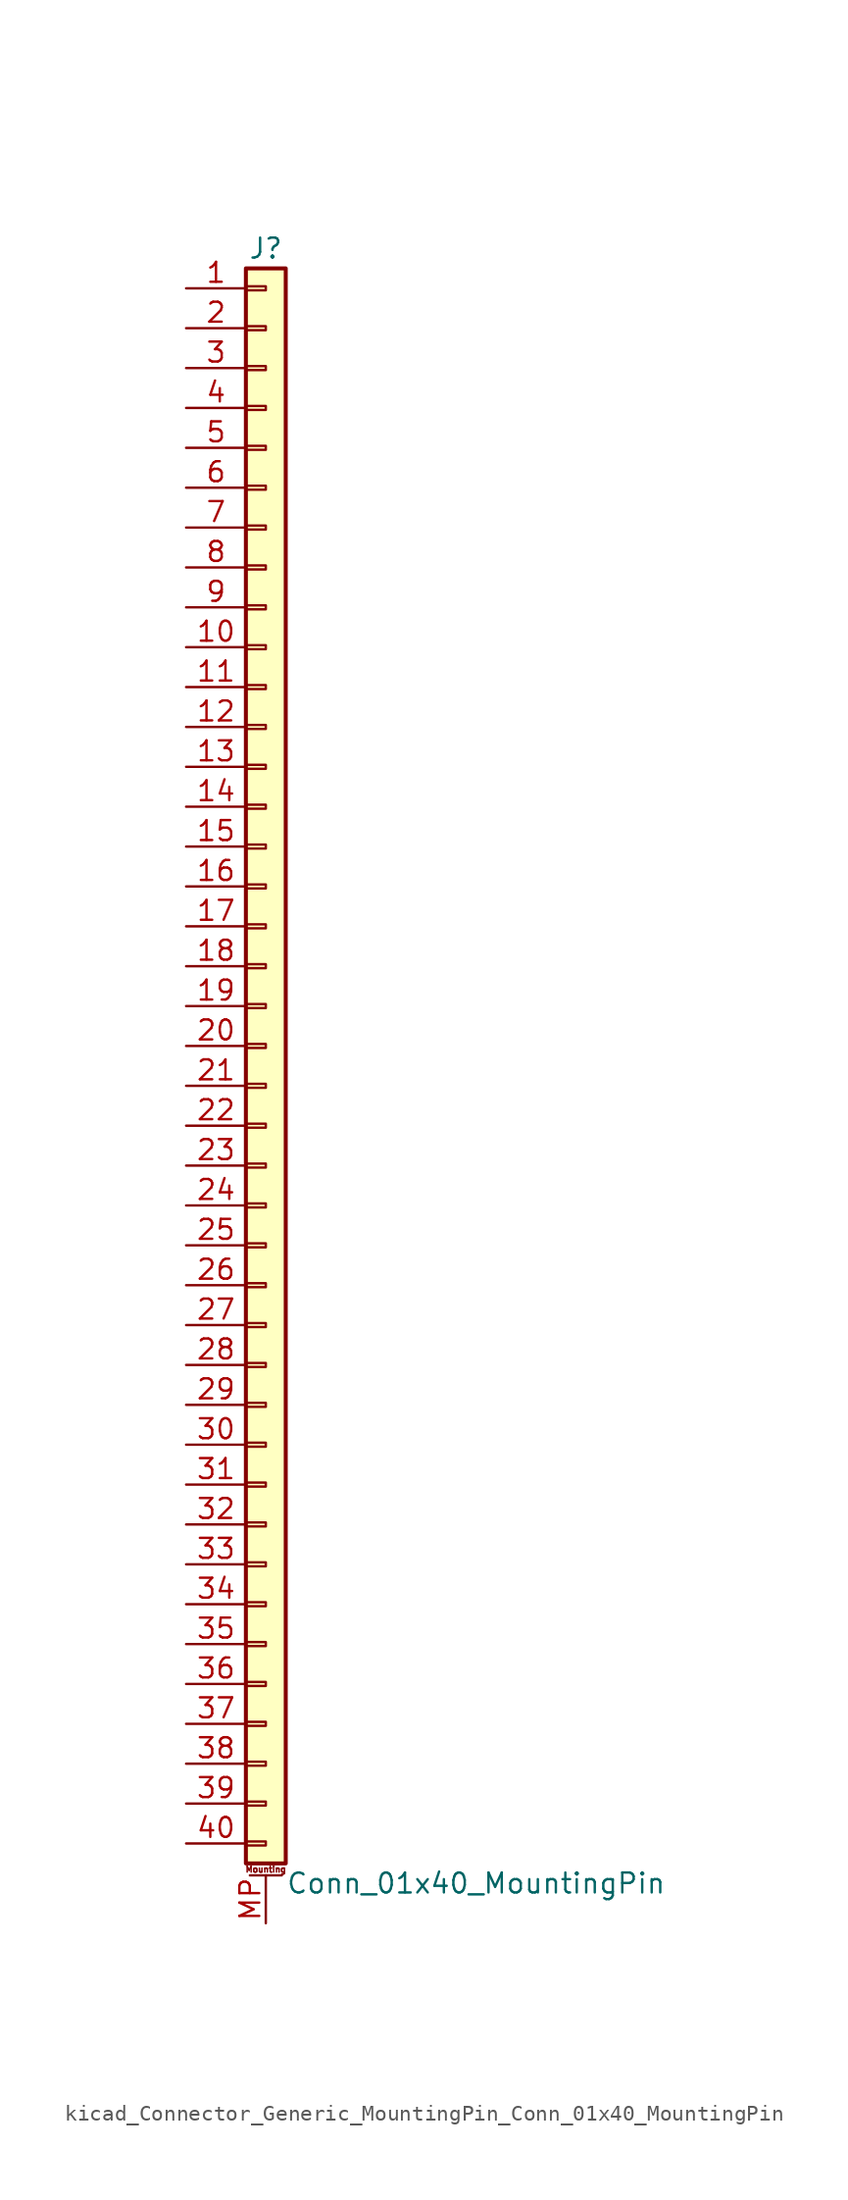
<source format=kicad_sym>
(kicad_symbol_lib
  (version 20220914)
  (generator kicad_symbol_editor)
  (symbol "kicad_Connector_Generic_MountingPin_Conn_01x40_MountingPin"
    (pin_names
      (offset 1.016) hide)
    (property "Reference" "J"
      (at 0 50.8 0)
      (effects (font (size 1.27 1.27))))
    (property "Value" "Conn_01x40_MountingPin"
      (at 1.27 -53.34 0)
      (effects (font (size 1.27 1.27)) (justify left)))
    (symbol "kicad_Connector_Generic_MountingPin_Conn_01x40_MountingPin_1_1"
      (rectangle (start -1.27 -50.673) (end 0 -50.927) (stroke (width 0.152) (type default)) (fill (type none)))
      (rectangle (start -1.27 -48.133) (end 0 -48.387) (stroke (width 0.152) (type default)) (fill (type none)))
      (rectangle (start -1.27 -45.593) (end 0 -45.847) (stroke (width 0.152) (type default)) (fill (type none)))
      (rectangle (start -1.27 -43.053) (end 0 -43.307) (stroke (width 0.152) (type default)) (fill (type none)))
      (rectangle (start -1.27 -40.513) (end 0 -40.767) (stroke (width 0.152) (type default)) (fill (type none)))
      (rectangle (start -1.27 -37.973) (end 0 -38.227) (stroke (width 0.152) (type default)) (fill (type none)))
      (rectangle (start -1.27 -35.433) (end 0 -35.687) (stroke (width 0.152) (type default)) (fill (type none)))
      (rectangle (start -1.27 -32.893) (end 0 -33.147) (stroke (width 0.152) (type default)) (fill (type none)))
      (rectangle (start -1.27 -30.353) (end 0 -30.607) (stroke (width 0.152) (type default)) (fill (type none)))
      (rectangle (start -1.27 -27.813) (end 0 -28.067) (stroke (width 0.152) (type default)) (fill (type none)))
      (rectangle (start -1.27 -25.273) (end 0 -25.527) (stroke (width 0.152) (type default)) (fill (type none)))
      (rectangle (start -1.27 -22.733) (end 0 -22.987) (stroke (width 0.152) (type default)) (fill (type none)))
      (rectangle (start -1.27 -20.193) (end 0 -20.447) (stroke (width 0.152) (type default)) (fill (type none)))
      (rectangle (start -1.27 -17.653) (end 0 -17.907) (stroke (width 0.152) (type default)) (fill (type none)))
      (rectangle (start -1.27 -15.113) (end 0 -15.367) (stroke (width 0.152) (type default)) (fill (type none)))
      (rectangle (start -1.27 -12.573) (end 0 -12.827) (stroke (width 0.152) (type default)) (fill (type none)))
      (rectangle (start -1.27 -10.033) (end 0 -10.287) (stroke (width 0.152) (type default)) (fill (type none)))
      (rectangle (start -1.27 -7.493) (end 0 -7.747) (stroke (width 0.152) (type default)) (fill (type none)))
      (rectangle (start -1.27 -4.953) (end 0 -5.207) (stroke (width 0.152) (type default)) (fill (type none)))
      (rectangle (start -1.27 -2.413) (end 0 -2.667) (stroke (width 0.152) (type default)) (fill (type none)))
      (rectangle (start -1.27 0.127) (end 0 -0.127) (stroke (width 0.152) (type default)) (fill (type none)))
      (rectangle (start -1.27 2.667) (end 0 2.413) (stroke (width 0.152) (type default)) (fill (type none)))
      (rectangle (start -1.27 5.207) (end 0 4.953) (stroke (width 0.152) (type default)) (fill (type none)))
      (rectangle (start -1.27 7.747) (end 0 7.493) (stroke (width 0.152) (type default)) (fill (type none)))
      (rectangle (start -1.27 10.287) (end 0 10.033) (stroke (width 0.152) (type default)) (fill (type none)))
      (rectangle (start -1.27 12.827) (end 0 12.573) (stroke (width 0.152) (type default)) (fill (type none)))
      (rectangle (start -1.27 15.367) (end 0 15.113) (stroke (width 0.152) (type default)) (fill (type none)))
      (rectangle (start -1.27 17.907) (end 0 17.653) (stroke (width 0.152) (type default)) (fill (type none)))
      (rectangle (start -1.27 20.447) (end 0 20.193) (stroke (width 0.152) (type default)) (fill (type none)))
      (rectangle (start -1.27 22.987) (end 0 22.733) (stroke (width 0.152) (type default)) (fill (type none)))
      (rectangle (start -1.27 25.527) (end 0 25.273) (stroke (width 0.152) (type default)) (fill (type none)))
      (rectangle (start -1.27 28.067) (end 0 27.813) (stroke (width 0.152) (type default)) (fill (type none)))
      (rectangle (start -1.27 30.607) (end 0 30.353) (stroke (width 0.152) (type default)) (fill (type none)))
      (rectangle (start -1.27 33.147) (end 0 32.893) (stroke (width 0.152) (type default)) (fill (type none)))
      (rectangle (start -1.27 35.687) (end 0 35.433) (stroke (width 0.152) (type default)) (fill (type none)))
      (rectangle (start -1.27 38.227) (end 0 37.973) (stroke (width 0.152) (type default)) (fill (type none)))
      (rectangle (start -1.27 40.767) (end 0 40.513) (stroke (width 0.152) (type default)) (fill (type none)))
      (rectangle (start -1.27 43.307) (end 0 43.053) (stroke (width 0.152) (type default)) (fill (type none)))
      (rectangle (start -1.27 45.847) (end 0 45.593) (stroke (width 0.152) (type default)) (fill (type none)))
      (rectangle (start -1.27 48.387) (end 0 48.133) (stroke (width 0.152) (type default)) (fill (type none)))
      (rectangle (start -1.27 49.53) (end 1.27 -52.07) (stroke (width 0.254) (type default)) (fill (type background)))
      (polyline (pts (xy -1.016 -52.832) (xy 1.016 -52.832)) (stroke (width 0.152) (type default)) (fill (type none)))
      (text "Mounting" (at 0 -52.451 0) (effects (font (size 0.381 0.381))))
      (pin passive line (at -5.08 48.26 0) (length 3.81) (name "Pin_1" (effects (font (size 1.27 1.27)))) (number "1" (effects (font (size 1.27 1.27)))))
      (pin passive line (at -5.08 25.4 0) (length 3.81) (name "Pin_10" (effects (font (size 1.27 1.27)))) (number "10" (effects (font (size 1.27 1.27)))))
      (pin passive line (at -5.08 22.86 0) (length 3.81) (name "Pin_11" (effects (font (size 1.27 1.27)))) (number "11" (effects (font (size 1.27 1.27)))))
      (pin passive line (at -5.08 20.32 0) (length 3.81) (name "Pin_12" (effects (font (size 1.27 1.27)))) (number "12" (effects (font (size 1.27 1.27)))))
      (pin passive line (at -5.08 17.78 0) (length 3.81) (name "Pin_13" (effects (font (size 1.27 1.27)))) (number "13" (effects (font (size 1.27 1.27)))))
      (pin passive line (at -5.08 15.24 0) (length 3.81) (name "Pin_14" (effects (font (size 1.27 1.27)))) (number "14" (effects (font (size 1.27 1.27)))))
      (pin passive line (at -5.08 12.7 0) (length 3.81) (name "Pin_15" (effects (font (size 1.27 1.27)))) (number "15" (effects (font (size 1.27 1.27)))))
      (pin passive line (at -5.08 10.16 0) (length 3.81) (name "Pin_16" (effects (font (size 1.27 1.27)))) (number "16" (effects (font (size 1.27 1.27)))))
      (pin passive line (at -5.08 7.62 0) (length 3.81) (name "Pin_17" (effects (font (size 1.27 1.27)))) (number "17" (effects (font (size 1.27 1.27)))))
      (pin passive line (at -5.08 5.08 0) (length 3.81) (name "Pin_18" (effects (font (size 1.27 1.27)))) (number "18" (effects (font (size 1.27 1.27)))))
      (pin passive line (at -5.08 2.54 0) (length 3.81) (name "Pin_19" (effects (font (size 1.27 1.27)))) (number "19" (effects (font (size 1.27 1.27)))))
      (pin passive line (at -5.08 45.72 0) (length 3.81) (name "Pin_2" (effects (font (size 1.27 1.27)))) (number "2" (effects (font (size 1.27 1.27)))))
      (pin passive line (at -5.08 0 0) (length 3.81) (name "Pin_20" (effects (font (size 1.27 1.27)))) (number "20" (effects (font (size 1.27 1.27)))))
      (pin passive line (at -5.08 -2.54 0) (length 3.81) (name "Pin_21" (effects (font (size 1.27 1.27)))) (number "21" (effects (font (size 1.27 1.27)))))
      (pin passive line (at -5.08 -5.08 0) (length 3.81) (name "Pin_22" (effects (font (size 1.27 1.27)))) (number "22" (effects (font (size 1.27 1.27)))))
      (pin passive line (at -5.08 -7.62 0) (length 3.81) (name "Pin_23" (effects (font (size 1.27 1.27)))) (number "23" (effects (font (size 1.27 1.27)))))
      (pin passive line (at -5.08 -10.16 0) (length 3.81) (name "Pin_24" (effects (font (size 1.27 1.27)))) (number "24" (effects (font (size 1.27 1.27)))))
      (pin passive line (at -5.08 -12.7 0) (length 3.81) (name "Pin_25" (effects (font (size 1.27 1.27)))) (number "25" (effects (font (size 1.27 1.27)))))
      (pin passive line (at -5.08 -15.24 0) (length 3.81) (name "Pin_26" (effects (font (size 1.27 1.27)))) (number "26" (effects (font (size 1.27 1.27)))))
      (pin passive line (at -5.08 -17.78 0) (length 3.81) (name "Pin_27" (effects (font (size 1.27 1.27)))) (number "27" (effects (font (size 1.27 1.27)))))
      (pin passive line (at -5.08 -20.32 0) (length 3.81) (name "Pin_28" (effects (font (size 1.27 1.27)))) (number "28" (effects (font (size 1.27 1.27)))))
      (pin passive line (at -5.08 -22.86 0) (length 3.81) (name "Pin_29" (effects (font (size 1.27 1.27)))) (number "29" (effects (font (size 1.27 1.27)))))
      (pin passive line (at -5.08 43.18 0) (length 3.81) (name "Pin_3" (effects (font (size 1.27 1.27)))) (number "3" (effects (font (size 1.27 1.27)))))
      (pin passive line (at -5.08 -25.4 0) (length 3.81) (name "Pin_30" (effects (font (size 1.27 1.27)))) (number "30" (effects (font (size 1.27 1.27)))))
      (pin passive line (at -5.08 -27.94 0) (length 3.81) (name "Pin_31" (effects (font (size 1.27 1.27)))) (number "31" (effects (font (size 1.27 1.27)))))
      (pin passive line (at -5.08 -30.48 0) (length 3.81) (name "Pin_32" (effects (font (size 1.27 1.27)))) (number "32" (effects (font (size 1.27 1.27)))))
      (pin passive line (at -5.08 -33.02 0) (length 3.81) (name "Pin_33" (effects (font (size 1.27 1.27)))) (number "33" (effects (font (size 1.27 1.27)))))
      (pin passive line (at -5.08 -35.56 0) (length 3.81) (name "Pin_34" (effects (font (size 1.27 1.27)))) (number "34" (effects (font (size 1.27 1.27)))))
      (pin passive line (at -5.08 -38.1 0) (length 3.81) (name "Pin_35" (effects (font (size 1.27 1.27)))) (number "35" (effects (font (size 1.27 1.27)))))
      (pin passive line (at -5.08 -40.64 0) (length 3.81) (name "Pin_36" (effects (font (size 1.27 1.27)))) (number "36" (effects (font (size 1.27 1.27)))))
      (pin passive line (at -5.08 -43.18 0) (length 3.81) (name "Pin_37" (effects (font (size 1.27 1.27)))) (number "37" (effects (font (size 1.27 1.27)))))
      (pin passive line (at -5.08 -45.72 0) (length 3.81) (name "Pin_38" (effects (font (size 1.27 1.27)))) (number "38" (effects (font (size 1.27 1.27)))))
      (pin passive line (at -5.08 -48.26 0) (length 3.81) (name "Pin_39" (effects (font (size 1.27 1.27)))) (number "39" (effects (font (size 1.27 1.27)))))
      (pin passive line (at -5.08 40.64 0) (length 3.81) (name "Pin_4" (effects (font (size 1.27 1.27)))) (number "4" (effects (font (size 1.27 1.27)))))
      (pin passive line (at -5.08 -50.8 0) (length 3.81) (name "Pin_40" (effects (font (size 1.27 1.27)))) (number "40" (effects (font (size 1.27 1.27)))))
      (pin passive line (at -5.08 38.1 0) (length 3.81) (name "Pin_5" (effects (font (size 1.27 1.27)))) (number "5" (effects (font (size 1.27 1.27)))))
      (pin passive line (at -5.08 35.56 0) (length 3.81) (name "Pin_6" (effects (font (size 1.27 1.27)))) (number "6" (effects (font (size 1.27 1.27)))))
      (pin passive line (at -5.08 33.02 0) (length 3.81) (name "Pin_7" (effects (font (size 1.27 1.27)))) (number "7" (effects (font (size 1.27 1.27)))))
      (pin passive line (at -5.08 30.48 0) (length 3.81) (name "Pin_8" (effects (font (size 1.27 1.27)))) (number "8" (effects (font (size 1.27 1.27)))))
      (pin passive line (at -5.08 27.94 0) (length 3.81) (name "Pin_9" (effects (font (size 1.27 1.27)))) (number "9" (effects (font (size 1.27 1.27)))))
      (pin passive line (at 0 -55.88 90) (length 3.048) (name "MountPin" (effects (font (size 1.27 1.27)))) (number "MP" (effects (font (size 1.27 1.27))))))))
</source>
